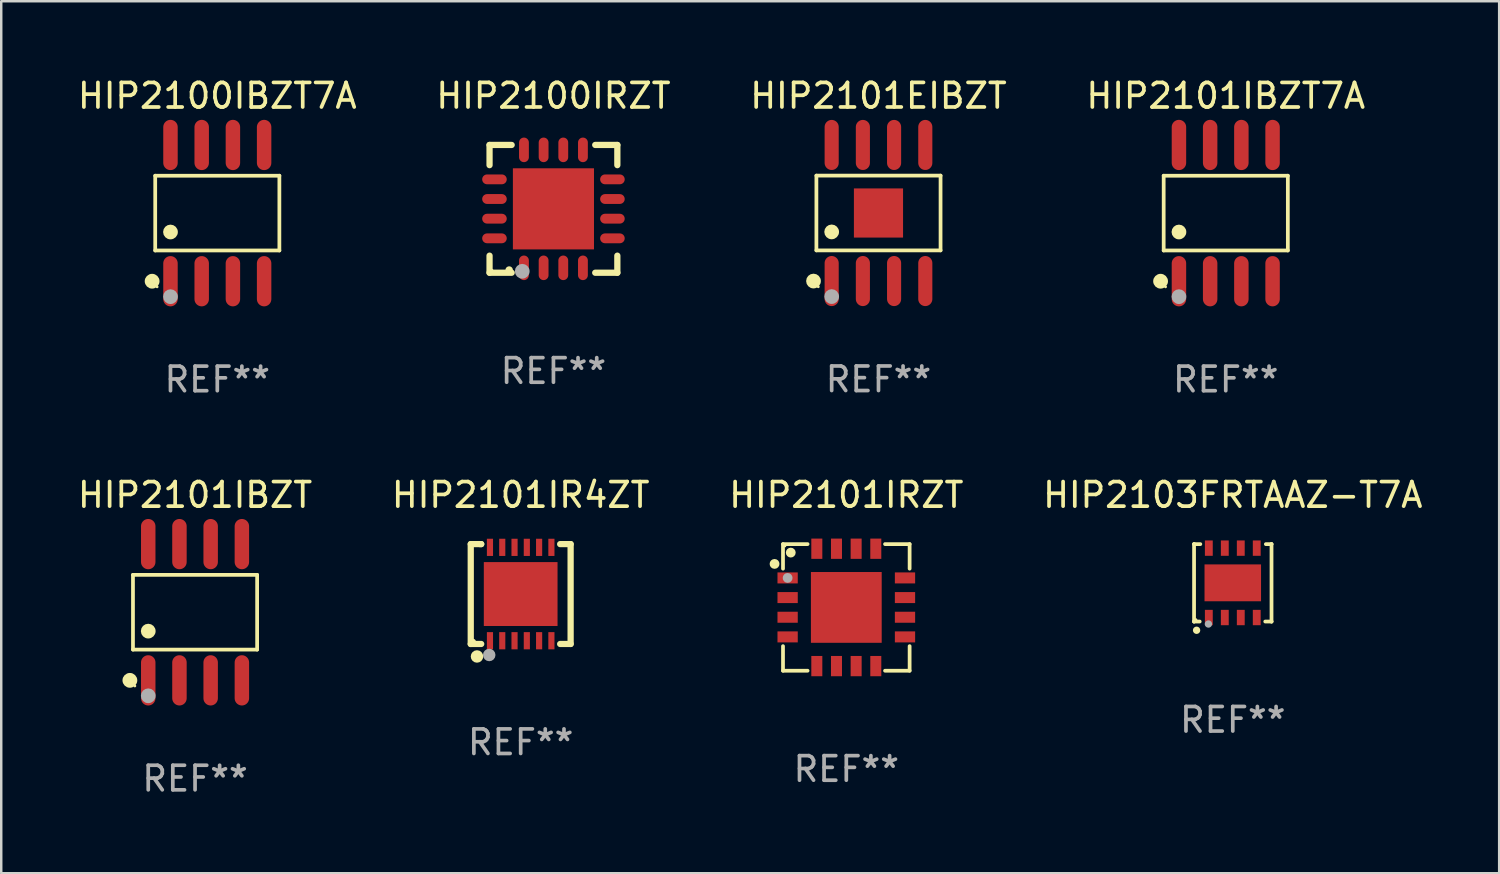
<source format=kicad_pcb>
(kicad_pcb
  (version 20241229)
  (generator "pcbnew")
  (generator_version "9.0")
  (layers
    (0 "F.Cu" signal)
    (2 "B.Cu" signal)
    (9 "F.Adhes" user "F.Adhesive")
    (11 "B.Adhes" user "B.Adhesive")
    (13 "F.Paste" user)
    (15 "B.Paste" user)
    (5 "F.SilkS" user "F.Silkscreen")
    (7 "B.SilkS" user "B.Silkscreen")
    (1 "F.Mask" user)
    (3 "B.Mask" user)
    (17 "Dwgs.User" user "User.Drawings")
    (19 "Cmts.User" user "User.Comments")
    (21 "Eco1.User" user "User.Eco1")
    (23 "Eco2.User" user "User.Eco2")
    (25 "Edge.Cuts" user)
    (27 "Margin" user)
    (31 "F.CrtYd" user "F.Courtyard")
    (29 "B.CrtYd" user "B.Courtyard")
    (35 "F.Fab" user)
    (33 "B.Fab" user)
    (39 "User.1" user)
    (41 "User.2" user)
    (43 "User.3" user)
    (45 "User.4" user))
  (footprint "HIP2101IRZT"
    (layer "F.Cu")
    (at 31.387 21.666)
    (property "Reference" "HIP2101IRZT" (at 0 -4.576 0) (layer "F.SilkS") (effects (font (size 1 1) (thickness 0.15))))
    (attr through_hole)
    (fp_line (start -2.576 -2.576) (end -1.576 -2.576) (stroke (width 0.152) (type solid)) (layer "F.SilkS"))
    (fp_line (start -2.576 -1.576) (end -2.576 -2.576) (stroke (width 0.152) (type solid)) (layer "F.SilkS"))
    (fp_line (start -2.576 1.576) (end -2.576 2.576) (stroke (width 0.152) (type solid)) (layer "F.SilkS"))
    (fp_line (start -2.576 2.576) (end -1.576 2.576) (stroke (width 0.152) (type solid)) (layer "F.SilkS"))
    (fp_line (start 2.576 -2.576) (end 1.576 -2.576) (stroke (width 0.152) (type solid)) (layer "F.SilkS"))
    (fp_line (start 2.576 -1.576) (end 2.576 -2.576) (stroke (width 0.152) (type solid)) (layer "F.SilkS"))
    (fp_line (start 2.576 1.576) (end 2.576 2.576) (stroke (width 0.152) (type solid)) (layer "F.SilkS"))
    (fp_line (start 2.576 2.576) (end 1.576 2.576) (stroke (width 0.152) (type solid)) (layer "F.SilkS"))
    (fp_circle (center -2.92 -1.77) (end -2.82 -1.77) (stroke (width 0.2) (type solid)) (fill no) (layer "F.SilkS"))
    (fp_circle (center -2.5 -2.5) (end -2.47 -2.5) (stroke (width 0.06) (type solid)) (fill no) (layer "F.SilkS"))
    (fp_circle (center -2.26 -2.23) (end -2.16 -2.23) (stroke (width 0.2) (type solid)) (fill no) (layer "F.SilkS"))
    (fp_circle (center -2.388 -1.2) (end -2.288 -1.2) (stroke (width 0.2) (type solid)) (fill no) (layer "F.Fab"))
    (fp_text user "REF**" (at 0 6.576 0) (layer "F.Fab") (effects (font (size 1 1) (thickness 0.15))))
    (pad "1" smd rect (at -2.388 -1.2) (size 0.825 0.448) (layers "F.Cu" "F.Mask" "F.Paste"))
    (pad "2" smd rect (at -2.388 -0.4) (size 0.825 0.448) (layers "F.Cu" "F.Mask" "F.Paste"))
    (pad "3" smd rect (at -2.388 0.4) (size 0.825 0.448) (layers "F.Cu" "F.Mask" "F.Paste"))
    (pad "4" smd rect (at -2.388 1.2) (size 0.825 0.448) (layers "F.Cu" "F.Mask" "F.Paste"))
    (pad "5" smd rect (at -1.2 2.388) (size 0.448 0.825) (layers "F.Cu" "F.Mask" "F.Paste"))
    (pad "6" smd rect (at -0.4 2.388) (size 0.448 0.825) (layers "F.Cu" "F.Mask" "F.Paste"))
    (pad "7" smd rect (at 0.4 2.388) (size 0.448 0.825) (layers "F.Cu" "F.Mask" "F.Paste"))
    (pad "8" smd rect (at 1.2 2.388) (size 0.448 0.825) (layers "F.Cu" "F.Mask" "F.Paste"))
    (pad "9" smd rect (at 2.388 1.2) (size 0.825 0.448) (layers "F.Cu" "F.Mask" "F.Paste"))
    (pad "10" smd rect (at 2.388 0.4) (size 0.825 0.448) (layers "F.Cu" "F.Mask" "F.Paste"))
    (pad "11" smd rect (at 2.388 -0.4) (size 0.825 0.448) (layers "F.Cu" "F.Mask" "F.Paste"))
    (pad "12" smd rect (at 2.388 -1.2) (size 0.825 0.448) (layers "F.Cu" "F.Mask" "F.Paste"))
    (pad "13" smd rect (at 1.2 -2.388) (size 0.448 0.825) (layers "F.Cu" "F.Mask" "F.Paste"))
    (pad "14" smd rect (at 0.4 -2.388) (size 0.448 0.825) (layers "F.Cu" "F.Mask" "F.Paste"))
    (pad "15" smd rect (at -0.4 -2.388) (size 0.448 0.825) (layers "F.Cu" "F.Mask" "F.Paste"))
    (pad "16" smd rect (at -1.2 -2.388) (size 0.448 0.825) (layers "F.Cu" "F.Mask" "F.Paste"))
    (pad "17" smd rect (at 0 0) (size 2.88 2.88) (layers "F.Cu" "F.Mask" "F.Paste")))
  (footprint "HIP2101EIBZT"
    (layer "F.Cu")
    (at 32.696 5.617)
    (property "Reference" "HIP2101EIBZT" (at 0 -4.769 0) (layer "F.SilkS") (effects (font (size 1 1) (thickness 0.15))))
    (attr through_hole)
    (fp_line (start -2.526 -1.521) (end 2.526 -1.521) (stroke (width 0.152) (type solid)) (layer "F.SilkS"))
    (fp_line (start -2.526 1.521) (end -2.526 -1.521) (stroke (width 0.152) (type solid)) (layer "F.SilkS"))
    (fp_line (start 2.526 -1.521) (end 2.526 1.521) (stroke (width 0.152) (type solid)) (layer "F.SilkS"))
    (fp_line (start 2.526 1.521) (end -2.526 1.521) (stroke (width 0.152) (type solid)) (layer "F.SilkS"))
    (fp_circle (center -2.644 2.769) (end -2.494 2.769) (stroke (width 0.3) (type solid)) (fill no) (layer "F.SilkS"))
    (fp_circle (center -2.45 3) (end -2.42 3) (stroke (width 0.06) (type solid)) (fill no) (layer "F.SilkS"))
    (fp_circle (center -1.905 0.769) (end -1.755 0.769) (stroke (width 0.3) (type solid)) (fill no) (layer "F.SilkS"))
    (fp_circle (center -1.905 3.4) (end -1.755 3.4) (stroke (width 0.3) (type solid)) (fill no) (layer "F.Fab"))
    (fp_text user "REF**" (at 0 6.769 0) (layer "F.Fab") (effects (font (size 1 1) (thickness 0.15))))
    (pad "1" smd oval (at -1.905 2.769) (size 0.574 2.038) (layers "F.Cu" "F.Mask" "F.Paste"))
    (pad "2" smd oval (at -0.635 2.769) (size 0.574 2.038) (layers "F.Cu" "F.Mask" "F.Paste"))
    (pad "3" smd oval (at 0.635 2.769) (size 0.574 2.038) (layers "F.Cu" "F.Mask" "F.Paste"))
    (pad "4" smd oval (at 1.905 2.769) (size 0.574 2.038) (layers "F.Cu" "F.Mask" "F.Paste"))
    (pad "5" smd oval (at 1.905 -2.769) (size 0.574 2.038) (layers "F.Cu" "F.Mask" "F.Paste"))
    (pad "6" smd oval (at 0.635 -2.769) (size 0.574 2.038) (layers "F.Cu" "F.Mask" "F.Paste"))
    (pad "7" smd oval (at -0.635 -2.769) (size 0.574 2.038) (layers "F.Cu" "F.Mask" "F.Paste"))
    (pad "8" smd oval (at -1.905 -2.769) (size 0.574 2.038) (layers "F.Cu" "F.Mask" "F.Paste"))
    (pad "9" smd rect (at 0 0) (size 2 2) (layers "F.Cu" "F.Mask" "F.Paste")))
  (footprint "HIP2100IRZT"
    (layer "F.Cu")
    (at 19.47 5.448)
    (property "Reference" "HIP2100IRZT" (at 0 -4.6 0) (layer "F.SilkS") (effects (font (size 1 1) (thickness 0.15))))
    (attr through_hole)
    (fp_line (start -2.6 -2.6) (end -2.6 -1.778) (stroke (width 0.254) (type solid)) (layer "F.SilkS"))
    (fp_line (start -2.6 2.6) (end -2.6 1.905) (stroke (width 0.254) (type solid)) (layer "F.SilkS"))
    (fp_line (start -1.7 -2.6) (end -2.6 -2.6) (stroke (width 0.254) (type solid)) (layer "F.SilkS"))
    (fp_line (start -1.7 2.6) (end -2.6 2.6) (stroke (width 0.254) (type solid)) (layer "F.SilkS"))
    (fp_line (start 1.7 -2.6) (end 2.6 -2.6) (stroke (width 0.254) (type solid)) (layer "F.SilkS"))
    (fp_line (start 1.7 2.6) (end 2.6 2.6) (stroke (width 0.254) (type solid)) (layer "F.SilkS"))
    (fp_line (start 2.6 -2.6) (end 2.6 -1.778) (stroke (width 0.254) (type solid)) (layer "F.SilkS"))
    (fp_line (start 2.6 2.6) (end 2.6 1.905) (stroke (width 0.254) (type solid)) (layer "F.SilkS"))
    (fp_arc (start -1.803404 2.489205) (mid -1.802134 2.4892) (end -1.800864 2.489205) (stroke (width 0.3) (type solid)) (layer "F.SilkS"))
    (fp_circle (center -2.5 2.5) (end -2.47 2.5) (stroke (width 0.06) (type solid)) (fill no) (layer "F.SilkS"))
    (fp_circle (center -1.27 2.54) (end -1.12 2.54) (stroke (width 0.3) (type solid)) (fill no) (layer "F.Fab"))
    (fp_text user "REF**" (at 0 6.6 0) (layer "F.Fab") (effects (font (size 1 1) (thickness 0.15))))
    (pad "1" smd oval (at -1.2 2.4) (size 0.4 1) (layers "F.Cu" "F.Mask" "F.Paste"))
    (pad "2" smd oval (at -0.4 2.4) (size 0.4 1) (layers "F.Cu" "F.Mask" "F.Paste"))
    (pad "3" smd oval (at 0.4 2.4) (size 0.4 1) (layers "F.Cu" "F.Mask" "F.Paste"))
    (pad "4" smd oval (at 1.2 2.4) (size 0.4 1) (layers "F.Cu" "F.Mask" "F.Paste"))
    (pad "5" smd oval (at 2.4 1.2 90) (size 0.4 1) (layers "F.Cu" "F.Mask" "F.Paste"))
    (pad "6" smd oval (at 2.4 0.4 90) (size 0.4 1) (layers "F.Cu" "F.Mask" "F.Paste"))
    (pad "7" smd oval (at 2.4 -0.4 90) (size 0.4 1) (layers "F.Cu" "F.Mask" "F.Paste"))
    (pad "8" smd oval (at 2.4 -1.2 90) (size 0.4 1) (layers "F.Cu" "F.Mask" "F.Paste"))
    (pad "9" smd oval (at 1.2 -2.4) (size 0.4 1) (layers "F.Cu" "F.Mask" "F.Paste"))
    (pad "10" smd oval (at 0.4 -2.4) (size 0.4 1) (layers "F.Cu" "F.Mask" "F.Paste"))
    (pad "11" smd oval (at -0.4 -2.4) (size 0.4 1) (layers "F.Cu" "F.Mask" "F.Paste"))
    (pad "12" smd oval (at -1.2 -2.4) (size 0.4 1) (layers "F.Cu" "F.Mask" "F.Paste"))
    (pad "13" smd oval (at -2.4 -1.2 90) (size 0.4 1) (layers "F.Cu" "F.Mask" "F.Paste"))
    (pad "14" smd oval (at -2.4 -0.4 90) (size 0.4 1) (layers "F.Cu" "F.Mask" "F.Paste"))
    (pad "15" smd oval (at -2.4 0.4 90) (size 0.4 1) (layers "F.Cu" "F.Mask" "F.Paste"))
    (pad "16" smd oval (at -2.4 1.2 90) (size 0.4 1) (layers "F.Cu" "F.Mask" "F.Paste"))
    (pad "17" smd rect (at 0 0 90) (size 3.3 3.3) (layers "F.Cu" "F.Mask" "F.Paste")))
  (footprint "HIP2101IR4ZT"
    (layer "F.Cu")
    (at 18.137 21.122)
    (property "Reference" "HIP2101IR4ZT" (at 0 -4.032 0) (layer "F.SilkS") (effects (font (size 1 1) (thickness 0.15))))
    (attr through_hole)
    (fp_line (start -2.032 -2.032) (end -2.032 2.032) (stroke (width 0.254) (type solid)) (layer "F.SilkS"))
    (fp_line (start -2.032 2.032) (end -1.606 2.032) (stroke (width 0.254) (type solid)) (layer "F.SilkS"))
    (fp_line (start -1.606 -2.032) (end -2.032 -2.032) (stroke (width 0.254) (type solid)) (layer "F.SilkS"))
    (fp_line (start -1.606 -2.032) (end -1.651 -2.032) (stroke (width 0.254) (type solid)) (layer "F.SilkS"))
    (fp_line (start 1.606 2.032) (end 2.032 2.032) (stroke (width 0.254) (type solid)) (layer "F.SilkS"))
    (fp_line (start 2.032 -2.032) (end 1.606 -2.032) (stroke (width 0.254) (type solid)) (layer "F.SilkS"))
    (fp_line (start 2.032 2.032) (end 2.032 -2.032) (stroke (width 0.254) (type solid)) (layer "F.SilkS"))
    (fp_circle (center -1.94 1.94) (end -1.88 1.94) (stroke (width 0.12) (type solid)) (fill no) (layer "F.SilkS"))
    (fp_circle (center -1.778 2.54) (end -1.651 2.54) (stroke (width 0.254) (type solid)) (fill no) (layer "F.SilkS"))
    (fp_circle (center -1.28 2.48) (end -1.153 2.48) (stroke (width 0.254) (type solid)) (fill no) (layer "F.Fab"))
    (fp_text user "REF**" (at 0 6.032 0) (layer "F.Fab") (effects (font (size 1 1) (thickness 0.15))))
    (pad "1" smd rect (at -1.25 1.9) (size 0.25 0.7) (layers "F.Cu" "F.Mask" "F.Paste"))
    (pad "2" smd rect (at -0.75 1.9) (size 0.25 0.7) (layers "F.Cu" "F.Mask" "F.Paste"))
    (pad "3" smd rect (at -0.25 1.9) (size 0.25 0.7) (layers "F.Cu" "F.Mask" "F.Paste"))
    (pad "4" smd rect (at 0.25 1.9) (size 0.25 0.7) (layers "F.Cu" "F.Mask" "F.Paste"))
    (pad "5" smd rect (at 0.75 1.9) (size 0.25 0.7) (layers "F.Cu" "F.Mask" "F.Paste"))
    (pad "6" smd rect (at 1.25 1.9) (size 0.25 0.7) (layers "F.Cu" "F.Mask" "F.Paste"))
    (pad "7" smd rect (at 1.25 -1.9) (size 0.25 0.7) (layers "F.Cu" "F.Mask" "F.Paste"))
    (pad "8" smd rect (at 0.75 -1.9) (size 0.25 0.7) (layers "F.Cu" "F.Mask" "F.Paste"))
    (pad "9" smd rect (at 0.25 -1.9) (size 0.25 0.7) (layers "F.Cu" "F.Mask" "F.Paste"))
    (pad "10" smd rect (at -0.25 -1.9) (size 0.25 0.7) (layers "F.Cu" "F.Mask" "F.Paste"))
    (pad "11" smd rect (at -0.75 -1.9) (size 0.25 0.7) (layers "F.Cu" "F.Mask" "F.Paste"))
    (pad "12" smd rect (at -1.25 -1.9) (size 0.25 0.7) (layers "F.Cu" "F.Mask" "F.Paste"))
    (pad "13" smd rect (at -0.000076 0.000076) (size 3 2.6) (layers "F.Cu" "F.Mask" "F.Paste")))
  (footprint "HIP2103FRTAAZ-T7A"
    (layer "F.Cu")
    (at 47.113 20.666)
    (property "Reference" "HIP2103FRTAAZ-T7A" (at 0 -3.576 0) (layer "F.SilkS") (effects (font (size 1 1) (thickness 0.15))))
    (attr through_hole)
    (fp_line (start -1.576 -1.576) (end -1.576 -1.576) (stroke (width 0.152) (type solid)) (layer "F.SilkS"))
    (fp_line (start -1.576 -1.576) (end -1.576 1.576) (stroke (width 0.152) (type solid)) (layer "F.SilkS"))
    (fp_line (start -1.576 1.576) (end -1.576 1.576) (stroke (width 0.152) (type solid)) (layer "F.SilkS"))
    (fp_line (start -1.576 1.576) (end -1.346 1.575) (stroke (width 0.152) (type solid)) (layer "F.SilkS"))
    (fp_line (start -1.321 -1.575) (end -1.576 -1.576) (stroke (width 0.152) (type solid)) (layer "F.SilkS"))
    (fp_line (start 1.321 1.575) (end 1.576 1.576) (stroke (width 0.152) (type solid)) (layer "F.SilkS"))
    (fp_line (start 1.576 -1.576) (end 1.346 -1.575) (stroke (width 0.152) (type solid)) (layer "F.SilkS"))
    (fp_line (start 1.576 -1.576) (end 1.576 -1.576) (stroke (width 0.152) (type solid)) (layer "F.SilkS"))
    (fp_line (start 1.576 1.576) (end 1.576 -1.576) (stroke (width 0.152) (type solid)) (layer "F.SilkS"))
    (fp_line (start 1.576 1.576) (end 1.576 1.576) (stroke (width 0.152) (type solid)) (layer "F.SilkS"))
    (fp_circle (center -1.5 1.5) (end -1.47 1.5) (stroke (width 0.06) (type solid)) (fill no) (layer "F.SilkS"))
    (fp_circle (center -1.473 1.93) (end -1.398 1.93) (stroke (width 0.15) (type solid)) (fill no) (layer "F.SilkS"))
    (fp_circle (center -0.991 1.676) (end -0.916 1.676) (stroke (width 0.15) (type solid)) (fill no) (layer "F.Fab"))
    (fp_text user "REF**" (at 0 5.576 0) (layer "F.Fab") (effects (font (size 1 1) (thickness 0.15))))
    (pad "1" smd rect (at -0.975 1.412) (size 0.32 0.625) (layers "F.Cu" "F.Mask" "F.Paste"))
    (pad "2" smd rect (at -0.325 1.412) (size 0.32 0.625) (layers "F.Cu" "F.Mask" "F.Paste"))
    (pad "3" smd rect (at 0.325 1.412) (size 0.32 0.625) (layers "F.Cu" "F.Mask" "F.Paste"))
    (pad "4" smd rect (at 0.975 1.412) (size 0.32 0.625) (layers "F.Cu" "F.Mask" "F.Paste"))
    (pad "5" smd rect (at 0.975 -1.412) (size 0.32 0.625) (layers "F.Cu" "F.Mask" "F.Paste"))
    (pad "6" smd rect (at 0.325 -1.412) (size 0.32 0.625) (layers "F.Cu" "F.Mask" "F.Paste"))
    (pad "7" smd rect (at -0.325 -1.412) (size 0.32 0.625) (layers "F.Cu" "F.Mask" "F.Paste"))
    (pad "8" smd rect (at -0.975 -1.412) (size 0.32 0.625) (layers "F.Cu" "F.Mask" "F.Paste"))
    (pad "9" smd rect (at 0 0) (size 2.3 1.5) (layers "F.Cu" "F.Mask" "F.Paste")))
  (footprint "HIP2101IBZT"
    (layer "F.Cu")
    (at 4.887 21.862)
    (property "Reference" "HIP2101IBZT" (at 0 -4.772 0) (layer "F.SilkS") (effects (font (size 1 1) (thickness 0.15))))
    (attr through_hole)
    (fp_line (start -2.526 -1.521) (end 2.526 -1.521) (stroke (width 0.152) (type solid)) (layer "F.SilkS"))
    (fp_line (start -2.526 1.521) (end -2.526 -1.521) (stroke (width 0.152) (type solid)) (layer "F.SilkS"))
    (fp_line (start 2.526 -1.521) (end 2.526 1.521) (stroke (width 0.152) (type solid)) (layer "F.SilkS"))
    (fp_line (start 2.526 1.521) (end -2.526 1.521) (stroke (width 0.152) (type solid)) (layer "F.SilkS"))
    (fp_circle (center -2.652 2.772) (end -2.501 2.772) (stroke (width 0.3) (type solid)) (fill no) (layer "F.SilkS"))
    (fp_circle (center -2.45 3) (end -2.42 3) (stroke (width 0.06) (type solid)) (fill no) (layer "F.SilkS"))
    (fp_circle (center -1.905 0.769) (end -1.755 0.769) (stroke (width 0.3) (type solid)) (fill no) (layer "F.SilkS"))
    (fp_circle (center -1.905 3.4) (end -1.755 3.4) (stroke (width 0.3) (type solid)) (fill no) (layer "F.Fab"))
    (fp_text user "REF**" (at 0 6.772 0) (layer "F.Fab") (effects (font (size 1 1) (thickness 0.15))))
    (pad "1" smd oval (at -1.905 2.772) (size 0.588 2.045) (layers "F.Cu" "F.Mask" "F.Paste"))
    (pad "2" smd oval (at -0.635 2.772) (size 0.588 2.045) (layers "F.Cu" "F.Mask" "F.Paste"))
    (pad "3" smd oval (at 0.635 2.772) (size 0.588 2.045) (layers "F.Cu" "F.Mask" "F.Paste"))
    (pad "4" smd oval (at 1.905 2.772) (size 0.588 2.045) (layers "F.Cu" "F.Mask" "F.Paste"))
    (pad "5" smd oval (at 1.905 -2.772) (size 0.588 2.045) (layers "F.Cu" "F.Mask" "F.Paste"))
    (pad "6" smd oval (at 0.635 -2.772) (size 0.588 2.045) (layers "F.Cu" "F.Mask" "F.Paste"))
    (pad "7" smd oval (at -0.635 -2.772) (size 0.588 2.045) (layers "F.Cu" "F.Mask" "F.Paste"))
    (pad "8" smd oval (at -1.905 -2.772) (size 0.588 2.045) (layers "F.Cu" "F.Mask" "F.Paste")))
  (footprint "HIP2100IBZT7A"
    (layer "F.Cu")
    (at 5.792 5.621)
    (property "Reference" "HIP2100IBZT7A" (at 0 -4.772 0) (layer "F.SilkS") (effects (font (size 1 1) (thickness 0.15))))
    (attr through_hole)
    (fp_line (start -2.526 -1.521) (end 2.526 -1.521) (stroke (width 0.152) (type solid)) (layer "F.SilkS"))
    (fp_line (start -2.526 1.521) (end -2.526 -1.521) (stroke (width 0.152) (type solid)) (layer "F.SilkS"))
    (fp_line (start 2.526 -1.521) (end 2.526 1.521) (stroke (width 0.152) (type solid)) (layer "F.SilkS"))
    (fp_line (start 2.526 1.521) (end -2.526 1.521) (stroke (width 0.152) (type solid)) (layer "F.SilkS"))
    (fp_circle (center -2.652 2.772) (end -2.501 2.772) (stroke (width 0.3) (type solid)) (fill no) (layer "F.SilkS"))
    (fp_circle (center -2.45 3) (end -2.42 3) (stroke (width 0.06) (type solid)) (fill no) (layer "F.SilkS"))
    (fp_circle (center -1.905 0.769) (end -1.755 0.769) (stroke (width 0.3) (type solid)) (fill no) (layer "F.SilkS"))
    (fp_circle (center -1.905 3.4) (end -1.755 3.4) (stroke (width 0.3) (type solid)) (fill no) (layer "F.Fab"))
    (fp_text user "REF**" (at 0 6.772 0) (layer "F.Fab") (effects (font (size 1 1) (thickness 0.15))))
    (pad "1" smd oval (at -1.905 2.772) (size 0.588 2.045) (layers "F.Cu" "F.Mask" "F.Paste"))
    (pad "2" smd oval (at -0.635 2.772) (size 0.588 2.045) (layers "F.Cu" "F.Mask" "F.Paste"))
    (pad "3" smd oval (at 0.635 2.772) (size 0.588 2.045) (layers "F.Cu" "F.Mask" "F.Paste"))
    (pad "4" smd oval (at 1.905 2.772) (size 0.588 2.045) (layers "F.Cu" "F.Mask" "F.Paste"))
    (pad "5" smd oval (at 1.905 -2.772) (size 0.588 2.045) (layers "F.Cu" "F.Mask" "F.Paste"))
    (pad "6" smd oval (at 0.635 -2.772) (size 0.588 2.045) (layers "F.Cu" "F.Mask" "F.Paste"))
    (pad "7" smd oval (at -0.635 -2.772) (size 0.588 2.045) (layers "F.Cu" "F.Mask" "F.Paste"))
    (pad "8" smd oval (at -1.905 -2.772) (size 0.588 2.045) (layers "F.Cu" "F.Mask" "F.Paste")))
  (footprint "HIP2101IBZT7A"
    (layer "F.Cu")
    (at 46.827 5.621)
    (property "Reference" "HIP2101IBZT7A" (at 0 -4.772 0) (layer "F.SilkS") (effects (font (size 1 1) (thickness 0.15))))
    (attr through_hole)
    (fp_line (start -2.526 -1.521) (end 2.526 -1.521) (stroke (width 0.152) (type solid)) (layer "F.SilkS"))
    (fp_line (start -2.526 1.521) (end -2.526 -1.521) (stroke (width 0.152) (type solid)) (layer "F.SilkS"))
    (fp_line (start 2.526 -1.521) (end 2.526 1.521) (stroke (width 0.152) (type solid)) (layer "F.SilkS"))
    (fp_line (start 2.526 1.521) (end -2.526 1.521) (stroke (width 0.152) (type solid)) (layer "F.SilkS"))
    (fp_circle (center -2.652 2.772) (end -2.501 2.772) (stroke (width 0.3) (type solid)) (fill no) (layer "F.SilkS"))
    (fp_circle (center -2.45 3) (end -2.42 3) (stroke (width 0.06) (type solid)) (fill no) (layer "F.SilkS"))
    (fp_circle (center -1.905 0.769) (end -1.755 0.769) (stroke (width 0.3) (type solid)) (fill no) (layer "F.SilkS"))
    (fp_circle (center -1.905 3.4) (end -1.755 3.4) (stroke (width 0.3) (type solid)) (fill no) (layer "F.Fab"))
    (fp_text user "REF**" (at 0 6.772 0) (layer "F.Fab") (effects (font (size 1 1) (thickness 0.15))))
    (pad "1" smd oval (at -1.905 2.772) (size 0.588 2.045) (layers "F.Cu" "F.Mask" "F.Paste"))
    (pad "2" smd oval (at -0.635 2.772) (size 0.588 2.045) (layers "F.Cu" "F.Mask" "F.Paste"))
    (pad "3" smd oval (at 0.635 2.772) (size 0.588 2.045) (layers "F.Cu" "F.Mask" "F.Paste"))
    (pad "4" smd oval (at 1.905 2.772) (size 0.588 2.045) (layers "F.Cu" "F.Mask" "F.Paste"))
    (pad "5" smd oval (at 1.905 -2.772) (size 0.588 2.045) (layers "F.Cu" "F.Mask" "F.Paste"))
    (pad "6" smd oval (at 0.635 -2.772) (size 0.588 2.045) (layers "F.Cu" "F.Mask" "F.Paste"))
    (pad "7" smd oval (at -0.635 -2.772) (size 0.588 2.045) (layers "F.Cu" "F.Mask" "F.Paste"))
    (pad "8" smd oval (at -1.905 -2.772) (size 0.588 2.045) (layers "F.Cu" "F.Mask" "F.Paste")))
  (gr_rect
    (start -3 -3)
    (end 57.952 32.483)
    (stroke (width 0.1) (type default))
    (fill no)
    (layer "Edge.Cuts")))
</source>
